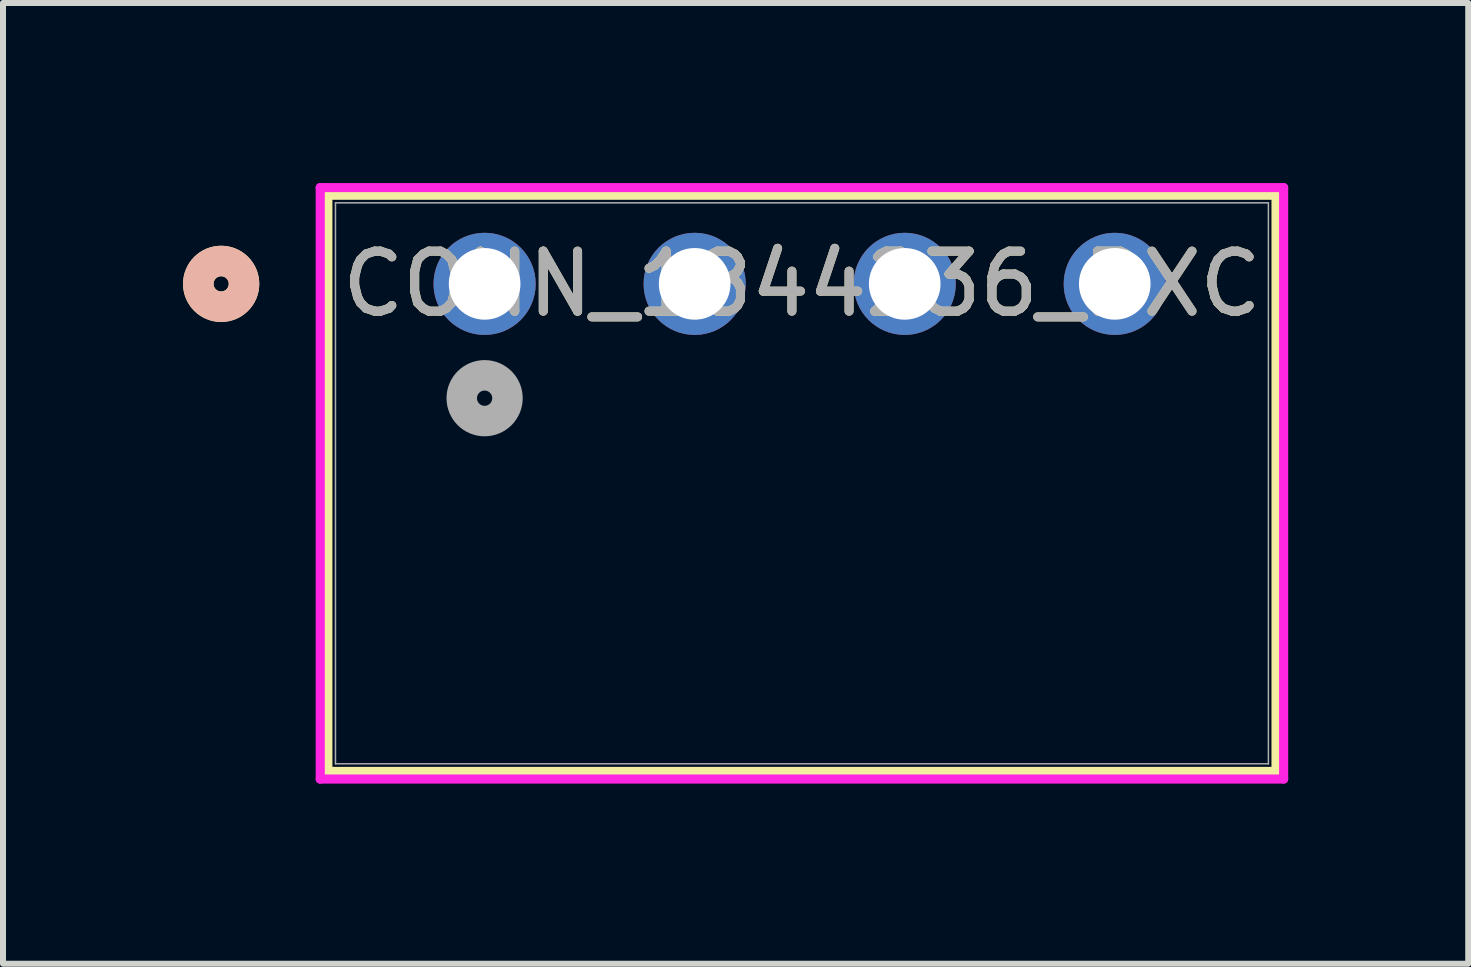
<source format=kicad_pcb>
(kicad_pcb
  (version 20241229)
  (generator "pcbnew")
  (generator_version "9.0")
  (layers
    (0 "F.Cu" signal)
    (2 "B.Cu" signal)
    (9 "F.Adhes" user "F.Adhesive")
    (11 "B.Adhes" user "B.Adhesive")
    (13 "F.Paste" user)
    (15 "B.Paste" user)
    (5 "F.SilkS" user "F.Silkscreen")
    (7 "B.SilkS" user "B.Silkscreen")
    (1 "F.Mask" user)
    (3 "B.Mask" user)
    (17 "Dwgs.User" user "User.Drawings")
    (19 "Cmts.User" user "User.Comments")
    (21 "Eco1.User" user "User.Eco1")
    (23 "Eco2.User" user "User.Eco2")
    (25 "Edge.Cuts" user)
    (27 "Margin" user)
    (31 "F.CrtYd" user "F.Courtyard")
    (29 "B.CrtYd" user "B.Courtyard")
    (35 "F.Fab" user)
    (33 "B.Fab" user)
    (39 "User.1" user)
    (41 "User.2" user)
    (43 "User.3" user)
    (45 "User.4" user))
  (footprint "CONN_1844236_PXC"
    (layer "F.Cu")
    (at 5.025 1.68)
    (property "Reference" "CONN_1844236_PXC" (at 5.287 0 0) (unlocked yes) (layer "F.SilkS") (effects (font (size 1 1) (thickness 0.15))))
    (attr through_hole)
    (fp_line (start -2.612 -1.477) (end -2.612 8.124) (stroke (width 0.152) (type solid)) (layer "F.SilkS"))
    (fp_line (start -2.612 8.124) (end 13.187 8.124) (stroke (width 0.152) (type solid)) (layer "F.SilkS"))
    (fp_line (start 13.187 -1.477) (end -2.612 -1.477) (stroke (width 0.152) (type solid)) (layer "F.SilkS"))
    (fp_line (start 13.187 8.124) (end 13.187 -1.477) (stroke (width 0.152) (type solid)) (layer "F.SilkS"))
    (fp_circle (center -4.39 0) (end -4.009 0) (stroke (width 0.508) (type solid)) (fill no) (layer "F.SilkS"))
    (fp_circle (center -4.39 0) (end -4.009 0) (stroke (width 0.508) (type solid)) (fill no) (layer "B.SilkS"))
    (fp_line (start -2.739 -1.604) (end -2.739 8.251) (stroke (width 0.152) (type solid)) (layer "F.CrtYd"))
    (fp_line (start -2.739 8.251) (end 13.314 8.251) (stroke (width 0.152) (type solid)) (layer "F.CrtYd"))
    (fp_line (start 13.314 -1.604) (end -2.739 -1.604) (stroke (width 0.152) (type solid)) (layer "F.CrtYd"))
    (fp_line (start 13.314 8.251) (end 13.314 -1.604) (stroke (width 0.152) (type solid)) (layer "F.CrtYd"))
    (fp_line (start -2.485 -1.35) (end -2.485 7.997) (stroke (width 0.025) (type solid)) (layer "F.Fab"))
    (fp_line (start -2.485 7.997) (end 13.06 7.997) (stroke (width 0.025) (type solid)) (layer "F.Fab"))
    (fp_line (start 13.06 -1.35) (end -2.485 -1.35) (stroke (width 0.025) (type solid)) (layer "F.Fab"))
    (fp_line (start 13.06 7.997) (end 13.06 -1.35) (stroke (width 0.025) (type solid)) (layer "F.Fab"))
    (fp_circle (center 0 1.905) (end 0.381 1.905) (stroke (width 0.508) (type solid)) (fill no) (layer "F.Fab"))
    (fp_text user "${REFERENCE}" (at 5.287 0 0) (unlocked yes) (layer "F.Fab") (effects (font (size 1 1) (thickness 0.15))))
    (pad "1" thru_hole circle (at 0 0) (size 1.702 1.702) (drill 1.194) (layers "*.Cu" "*.Mask"))
    (pad "2" thru_hole circle (at 3.5 0) (size 1.702 1.702) (drill 1.194) (layers "*.Cu" "*.Mask"))
    (pad "3" thru_hole circle (at 7 0) (size 1.702 1.702) (drill 1.194) (layers "*.Cu" "*.Mask"))
    (pad "4" thru_hole circle (at 10.5 0) (size 1.702 1.702) (drill 1.194) (layers "*.Cu" "*.Mask")))
  (gr_rect
    (start -3 -3)
    (end 21.415 13.008)
    (stroke (width 0.1) (type default))
    (fill no)
    (layer "Edge.Cuts")))
</source>
